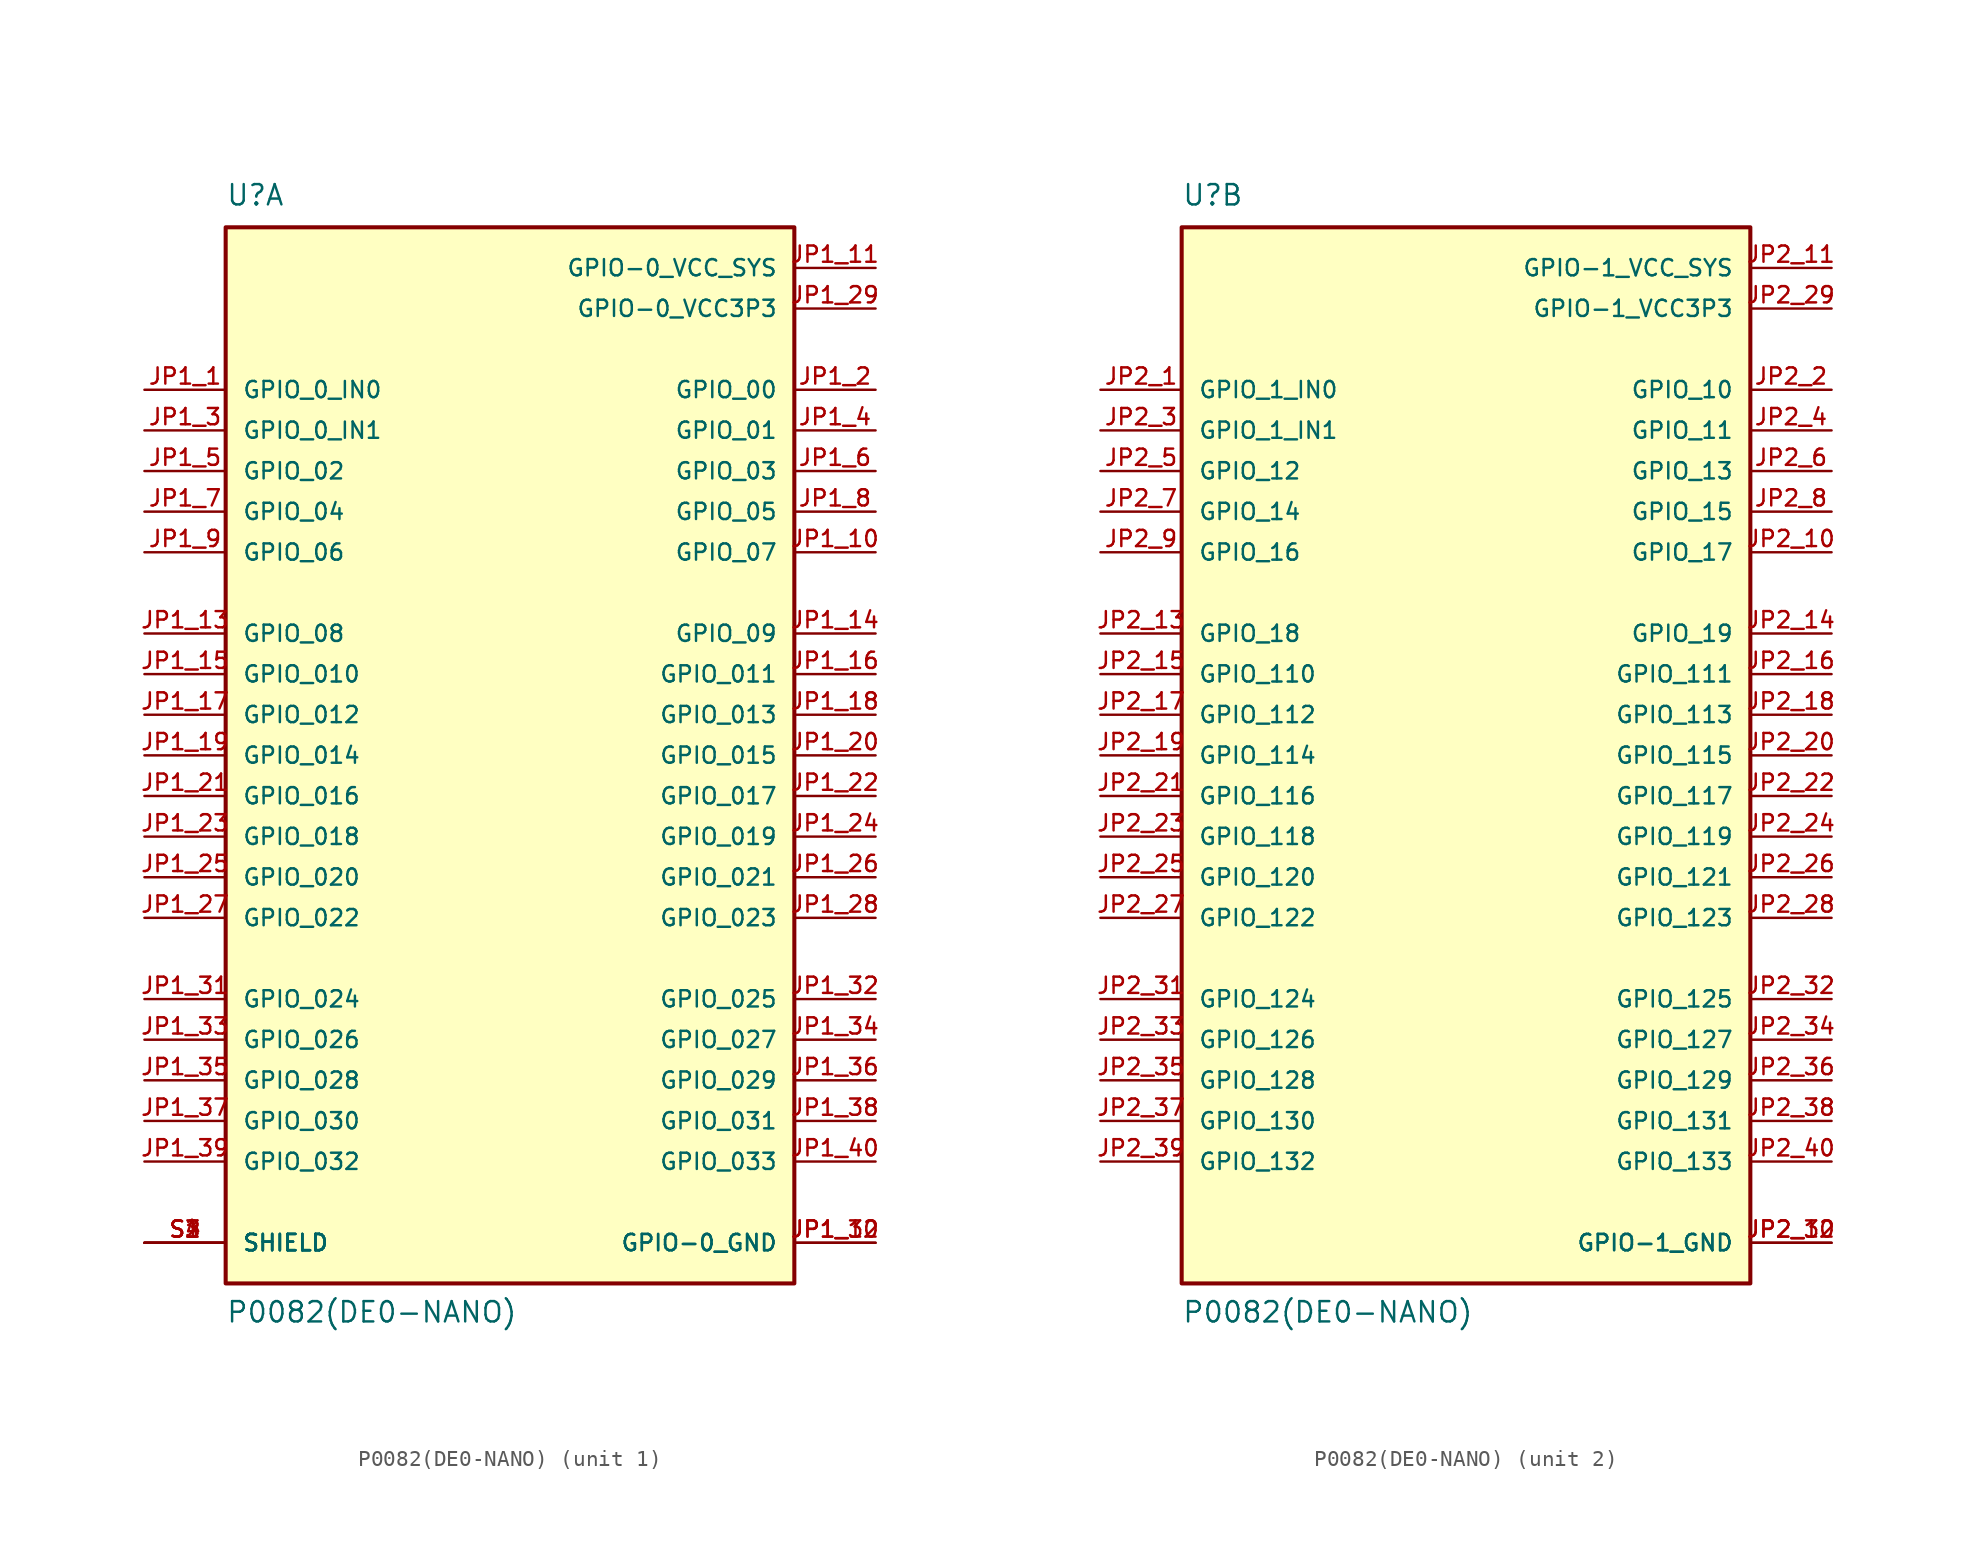
<source format=kicad_sym>
(kicad_symbol_lib
  (version 20211014)
  (generator kicad_symbol_editor)
  (symbol "P0082(DE0-NANO)"
    (pin_names
      (offset 1.016))
    (property "Reference" "U"
      (at -17.78 34.29 0)
      (effects (font (size 1.27 1.27)) (justify left bottom)))
    (property "Value" "P0082(DE0-NANO)"
      (at -17.78 -35.56 0)
      (effects (font (size 1.27 1.27)) (justify left bottom)))
    (property "ki_locked" ""
      (at 0 0 0)
      (effects (font (size 1.27 1.27))))
    (symbol "P0082(DE0-NANO)_1_0"
      (rectangle (start -17.78 -33.02) (end 17.78 33.02) (stroke (width 0.254) (type default) (color 0 0 0 0)) (fill (type background)))
      (pin bidirectional line (at -22.86 22.86 0) (length 5.08) (name "GPIO_0_IN0" (effects (font (size 1.016 1.016)))) (number "JP1_1" (effects (font (size 1.016 1.016)))))
      (pin bidirectional line (at 22.86 12.7 180) (length 5.08) (name "GPIO_07" (effects (font (size 1.016 1.016)))) (number "JP1_10" (effects (font (size 1.016 1.016)))))
      (pin power_in line (at 22.86 30.48 180) (length 5.08) (name "GPIO-0_VCC_SYS" (effects (font (size 1.016 1.016)))) (number "JP1_11" (effects (font (size 1.016 1.016)))))
      (pin power_in line (at 22.86 -30.48 180) (length 5.08) (name "GPIO-0_GND" (effects (font (size 1.016 1.016)))) (number "JP1_12" (effects (font (size 1.016 1.016)))))
      (pin bidirectional line (at -22.86 7.62 0) (length 5.08) (name "GPIO_08" (effects (font (size 1.016 1.016)))) (number "JP1_13" (effects (font (size 1.016 1.016)))))
      (pin bidirectional line (at 22.86 7.62 180) (length 5.08) (name "GPIO_09" (effects (font (size 1.016 1.016)))) (number "JP1_14" (effects (font (size 1.016 1.016)))))
      (pin bidirectional line (at -22.86 5.08 0) (length 5.08) (name "GPIO_010" (effects (font (size 1.016 1.016)))) (number "JP1_15" (effects (font (size 1.016 1.016)))))
      (pin bidirectional line (at 22.86 5.08 180) (length 5.08) (name "GPIO_011" (effects (font (size 1.016 1.016)))) (number "JP1_16" (effects (font (size 1.016 1.016)))))
      (pin bidirectional line (at -22.86 2.54 0) (length 5.08) (name "GPIO_012" (effects (font (size 1.016 1.016)))) (number "JP1_17" (effects (font (size 1.016 1.016)))))
      (pin bidirectional line (at 22.86 2.54 180) (length 5.08) (name "GPIO_013" (effects (font (size 1.016 1.016)))) (number "JP1_18" (effects (font (size 1.016 1.016)))))
      (pin bidirectional line (at -22.86 0 0) (length 5.08) (name "GPIO_014" (effects (font (size 1.016 1.016)))) (number "JP1_19" (effects (font (size 1.016 1.016)))))
      (pin bidirectional line (at 22.86 22.86 180) (length 5.08) (name "GPIO_00" (effects (font (size 1.016 1.016)))) (number "JP1_2" (effects (font (size 1.016 1.016)))))
      (pin bidirectional line (at 22.86 0 180) (length 5.08) (name "GPIO_015" (effects (font (size 1.016 1.016)))) (number "JP1_20" (effects (font (size 1.016 1.016)))))
      (pin bidirectional line (at -22.86 -2.54 0) (length 5.08) (name "GPIO_016" (effects (font (size 1.016 1.016)))) (number "JP1_21" (effects (font (size 1.016 1.016)))))
      (pin bidirectional line (at 22.86 -2.54 180) (length 5.08) (name "GPIO_017" (effects (font (size 1.016 1.016)))) (number "JP1_22" (effects (font (size 1.016 1.016)))))
      (pin bidirectional line (at -22.86 -5.08 0) (length 5.08) (name "GPIO_018" (effects (font (size 1.016 1.016)))) (number "JP1_23" (effects (font (size 1.016 1.016)))))
      (pin bidirectional line (at 22.86 -5.08 180) (length 5.08) (name "GPIO_019" (effects (font (size 1.016 1.016)))) (number "JP1_24" (effects (font (size 1.016 1.016)))))
      (pin bidirectional line (at -22.86 -7.62 0) (length 5.08) (name "GPIO_020" (effects (font (size 1.016 1.016)))) (number "JP1_25" (effects (font (size 1.016 1.016)))))
      (pin bidirectional line (at 22.86 -7.62 180) (length 5.08) (name "GPIO_021" (effects (font (size 1.016 1.016)))) (number "JP1_26" (effects (font (size 1.016 1.016)))))
      (pin bidirectional line (at -22.86 -10.16 0) (length 5.08) (name "GPIO_022" (effects (font (size 1.016 1.016)))) (number "JP1_27" (effects (font (size 1.016 1.016)))))
      (pin bidirectional line (at 22.86 -10.16 180) (length 5.08) (name "GPIO_023" (effects (font (size 1.016 1.016)))) (number "JP1_28" (effects (font (size 1.016 1.016)))))
      (pin power_in line (at 22.86 27.94 180) (length 5.08) (name "GPIO-0_VCC3P3" (effects (font (size 1.016 1.016)))) (number "JP1_29" (effects (font (size 1.016 1.016)))))
      (pin bidirectional line (at -22.86 20.32 0) (length 5.08) (name "GPIO_0_IN1" (effects (font (size 1.016 1.016)))) (number "JP1_3" (effects (font (size 1.016 1.016)))))
      (pin power_in line (at 22.86 -30.48 180) (length 5.08) (name "GPIO-0_GND" (effects (font (size 1.016 1.016)))) (number "JP1_30" (effects (font (size 1.016 1.016)))))
      (pin bidirectional line (at -22.86 -15.24 0) (length 5.08) (name "GPIO_024" (effects (font (size 1.016 1.016)))) (number "JP1_31" (effects (font (size 1.016 1.016)))))
      (pin bidirectional line (at 22.86 -15.24 180) (length 5.08) (name "GPIO_025" (effects (font (size 1.016 1.016)))) (number "JP1_32" (effects (font (size 1.016 1.016)))))
      (pin bidirectional line (at -22.86 -17.78 0) (length 5.08) (name "GPIO_026" (effects (font (size 1.016 1.016)))) (number "JP1_33" (effects (font (size 1.016 1.016)))))
      (pin bidirectional line (at 22.86 -17.78 180) (length 5.08) (name "GPIO_027" (effects (font (size 1.016 1.016)))) (number "JP1_34" (effects (font (size 1.016 1.016)))))
      (pin bidirectional line (at -22.86 -20.32 0) (length 5.08) (name "GPIO_028" (effects (font (size 1.016 1.016)))) (number "JP1_35" (effects (font (size 1.016 1.016)))))
      (pin bidirectional line (at 22.86 -20.32 180) (length 5.08) (name "GPIO_029" (effects (font (size 1.016 1.016)))) (number "JP1_36" (effects (font (size 1.016 1.016)))))
      (pin bidirectional line (at -22.86 -22.86 0) (length 5.08) (name "GPIO_030" (effects (font (size 1.016 1.016)))) (number "JP1_37" (effects (font (size 1.016 1.016)))))
      (pin bidirectional line (at 22.86 -22.86 180) (length 5.08) (name "GPIO_031" (effects (font (size 1.016 1.016)))) (number "JP1_38" (effects (font (size 1.016 1.016)))))
      (pin bidirectional line (at -22.86 -25.4 0) (length 5.08) (name "GPIO_032" (effects (font (size 1.016 1.016)))) (number "JP1_39" (effects (font (size 1.016 1.016)))))
      (pin bidirectional line (at 22.86 20.32 180) (length 5.08) (name "GPIO_01" (effects (font (size 1.016 1.016)))) (number "JP1_4" (effects (font (size 1.016 1.016)))))
      (pin bidirectional line (at 22.86 -25.4 180) (length 5.08) (name "GPIO_033" (effects (font (size 1.016 1.016)))) (number "JP1_40" (effects (font (size 1.016 1.016)))))
      (pin bidirectional line (at -22.86 17.78 0) (length 5.08) (name "GPIO_02" (effects (font (size 1.016 1.016)))) (number "JP1_5" (effects (font (size 1.016 1.016)))))
      (pin bidirectional line (at 22.86 17.78 180) (length 5.08) (name "GPIO_03" (effects (font (size 1.016 1.016)))) (number "JP1_6" (effects (font (size 1.016 1.016)))))
      (pin bidirectional line (at -22.86 15.24 0) (length 5.08) (name "GPIO_04" (effects (font (size 1.016 1.016)))) (number "JP1_7" (effects (font (size 1.016 1.016)))))
      (pin bidirectional line (at 22.86 15.24 180) (length 5.08) (name "GPIO_05" (effects (font (size 1.016 1.016)))) (number "JP1_8" (effects (font (size 1.016 1.016)))))
      (pin bidirectional line (at -22.86 12.7 0) (length 5.08) (name "GPIO_06" (effects (font (size 1.016 1.016)))) (number "JP1_9" (effects (font (size 1.016 1.016)))))
      (pin passive line (at -22.86 -30.48 0) (length 5.08) (name "SHIELD" (effects (font (size 1.016 1.016)))) (number "S1" (effects (font (size 1.016 1.016)))))
      (pin passive line (at -22.86 -30.48 0) (length 5.08) (name "SHIELD" (effects (font (size 1.016 1.016)))) (number "S2" (effects (font (size 1.016 1.016)))))
      (pin passive line (at -22.86 -30.48 0) (length 5.08) (name "SHIELD" (effects (font (size 1.016 1.016)))) (number "S3" (effects (font (size 1.016 1.016)))))
      (pin passive line (at -22.86 -30.48 0) (length 5.08) (name "SHIELD" (effects (font (size 1.016 1.016)))) (number "S4" (effects (font (size 1.016 1.016))))))
    (symbol "P0082(DE0-NANO)_2_0"
      (rectangle (start -17.78 -33.02) (end 17.78 33.02) (stroke (width 0.254) (type default) (color 0 0 0 0)) (fill (type background)))
      (pin bidirectional line (at -22.86 22.86 0) (length 5.08) (name "GPIO_1_IN0" (effects (font (size 1.016 1.016)))) (number "JP2_1" (effects (font (size 1.016 1.016)))))
      (pin bidirectional line (at 22.86 12.7 180) (length 5.08) (name "GPIO_17" (effects (font (size 1.016 1.016)))) (number "JP2_10" (effects (font (size 1.016 1.016)))))
      (pin power_in line (at 22.86 30.48 180) (length 5.08) (name "GPIO-1_VCC_SYS" (effects (font (size 1.016 1.016)))) (number "JP2_11" (effects (font (size 1.016 1.016)))))
      (pin power_in line (at 22.86 -30.48 180) (length 5.08) (name "GPIO-1_GND" (effects (font (size 1.016 1.016)))) (number "JP2_12" (effects (font (size 1.016 1.016)))))
      (pin bidirectional line (at -22.86 7.62 0) (length 5.08) (name "GPIO_18" (effects (font (size 1.016 1.016)))) (number "JP2_13" (effects (font (size 1.016 1.016)))))
      (pin bidirectional line (at 22.86 7.62 180) (length 5.08) (name "GPIO_19" (effects (font (size 1.016 1.016)))) (number "JP2_14" (effects (font (size 1.016 1.016)))))
      (pin bidirectional line (at -22.86 5.08 0) (length 5.08) (name "GPIO_110" (effects (font (size 1.016 1.016)))) (number "JP2_15" (effects (font (size 1.016 1.016)))))
      (pin bidirectional line (at 22.86 5.08 180) (length 5.08) (name "GPIO_111" (effects (font (size 1.016 1.016)))) (number "JP2_16" (effects (font (size 1.016 1.016)))))
      (pin bidirectional line (at -22.86 2.54 0) (length 5.08) (name "GPIO_112" (effects (font (size 1.016 1.016)))) (number "JP2_17" (effects (font (size 1.016 1.016)))))
      (pin bidirectional line (at 22.86 2.54 180) (length 5.08) (name "GPIO_113" (effects (font (size 1.016 1.016)))) (number "JP2_18" (effects (font (size 1.016 1.016)))))
      (pin bidirectional line (at -22.86 0 0) (length 5.08) (name "GPIO_114" (effects (font (size 1.016 1.016)))) (number "JP2_19" (effects (font (size 1.016 1.016)))))
      (pin bidirectional line (at 22.86 22.86 180) (length 5.08) (name "GPIO_10" (effects (font (size 1.016 1.016)))) (number "JP2_2" (effects (font (size 1.016 1.016)))))
      (pin bidirectional line (at 22.86 0 180) (length 5.08) (name "GPIO_115" (effects (font (size 1.016 1.016)))) (number "JP2_20" (effects (font (size 1.016 1.016)))))
      (pin bidirectional line (at -22.86 -2.54 0) (length 5.08) (name "GPIO_116" (effects (font (size 1.016 1.016)))) (number "JP2_21" (effects (font (size 1.016 1.016)))))
      (pin bidirectional line (at 22.86 -2.54 180) (length 5.08) (name "GPIO_117" (effects (font (size 1.016 1.016)))) (number "JP2_22" (effects (font (size 1.016 1.016)))))
      (pin bidirectional line (at -22.86 -5.08 0) (length 5.08) (name "GPIO_118" (effects (font (size 1.016 1.016)))) (number "JP2_23" (effects (font (size 1.016 1.016)))))
      (pin bidirectional line (at 22.86 -5.08 180) (length 5.08) (name "GPIO_119" (effects (font (size 1.016 1.016)))) (number "JP2_24" (effects (font (size 1.016 1.016)))))
      (pin bidirectional line (at -22.86 -7.62 0) (length 5.08) (name "GPIO_120" (effects (font (size 1.016 1.016)))) (number "JP2_25" (effects (font (size 1.016 1.016)))))
      (pin bidirectional line (at 22.86 -7.62 180) (length 5.08) (name "GPIO_121" (effects (font (size 1.016 1.016)))) (number "JP2_26" (effects (font (size 1.016 1.016)))))
      (pin bidirectional line (at -22.86 -10.16 0) (length 5.08) (name "GPIO_122" (effects (font (size 1.016 1.016)))) (number "JP2_27" (effects (font (size 1.016 1.016)))))
      (pin bidirectional line (at 22.86 -10.16 180) (length 5.08) (name "GPIO_123" (effects (font (size 1.016 1.016)))) (number "JP2_28" (effects (font (size 1.016 1.016)))))
      (pin power_in line (at 22.86 27.94 180) (length 5.08) (name "GPIO-1_VCC3P3" (effects (font (size 1.016 1.016)))) (number "JP2_29" (effects (font (size 1.016 1.016)))))
      (pin bidirectional line (at -22.86 20.32 0) (length 5.08) (name "GPIO_1_IN1" (effects (font (size 1.016 1.016)))) (number "JP2_3" (effects (font (size 1.016 1.016)))))
      (pin power_in line (at 22.86 -30.48 180) (length 5.08) (name "GPIO-1_GND" (effects (font (size 1.016 1.016)))) (number "JP2_30" (effects (font (size 1.016 1.016)))))
      (pin bidirectional line (at -22.86 -15.24 0) (length 5.08) (name "GPIO_124" (effects (font (size 1.016 1.016)))) (number "JP2_31" (effects (font (size 1.016 1.016)))))
      (pin bidirectional line (at 22.86 -15.24 180) (length 5.08) (name "GPIO_125" (effects (font (size 1.016 1.016)))) (number "JP2_32" (effects (font (size 1.016 1.016)))))
      (pin bidirectional line (at -22.86 -17.78 0) (length 5.08) (name "GPIO_126" (effects (font (size 1.016 1.016)))) (number "JP2_33" (effects (font (size 1.016 1.016)))))
      (pin bidirectional line (at 22.86 -17.78 180) (length 5.08) (name "GPIO_127" (effects (font (size 1.016 1.016)))) (number "JP2_34" (effects (font (size 1.016 1.016)))))
      (pin bidirectional line (at -22.86 -20.32 0) (length 5.08) (name "GPIO_128" (effects (font (size 1.016 1.016)))) (number "JP2_35" (effects (font (size 1.016 1.016)))))
      (pin bidirectional line (at 22.86 -20.32 180) (length 5.08) (name "GPIO_129" (effects (font (size 1.016 1.016)))) (number "JP2_36" (effects (font (size 1.016 1.016)))))
      (pin bidirectional line (at -22.86 -22.86 0) (length 5.08) (name "GPIO_130" (effects (font (size 1.016 1.016)))) (number "JP2_37" (effects (font (size 1.016 1.016)))))
      (pin bidirectional line (at 22.86 -22.86 180) (length 5.08) (name "GPIO_131" (effects (font (size 1.016 1.016)))) (number "JP2_38" (effects (font (size 1.016 1.016)))))
      (pin bidirectional line (at -22.86 -25.4 0) (length 5.08) (name "GPIO_132" (effects (font (size 1.016 1.016)))) (number "JP2_39" (effects (font (size 1.016 1.016)))))
      (pin bidirectional line (at 22.86 20.32 180) (length 5.08) (name "GPIO_11" (effects (font (size 1.016 1.016)))) (number "JP2_4" (effects (font (size 1.016 1.016)))))
      (pin bidirectional line (at 22.86 -25.4 180) (length 5.08) (name "GPIO_133" (effects (font (size 1.016 1.016)))) (number "JP2_40" (effects (font (size 1.016 1.016)))))
      (pin bidirectional line (at -22.86 17.78 0) (length 5.08) (name "GPIO_12" (effects (font (size 1.016 1.016)))) (number "JP2_5" (effects (font (size 1.016 1.016)))))
      (pin bidirectional line (at 22.86 17.78 180) (length 5.08) (name "GPIO_13" (effects (font (size 1.016 1.016)))) (number "JP2_6" (effects (font (size 1.016 1.016)))))
      (pin bidirectional line (at -22.86 15.24 0) (length 5.08) (name "GPIO_14" (effects (font (size 1.016 1.016)))) (number "JP2_7" (effects (font (size 1.016 1.016)))))
      (pin bidirectional line (at 22.86 15.24 180) (length 5.08) (name "GPIO_15" (effects (font (size 1.016 1.016)))) (number "JP2_8" (effects (font (size 1.016 1.016)))))
      (pin bidirectional line (at -22.86 12.7 0) (length 5.08) (name "GPIO_16" (effects (font (size 1.016 1.016)))) (number "JP2_9" (effects (font (size 1.016 1.016))))))))
</source>
